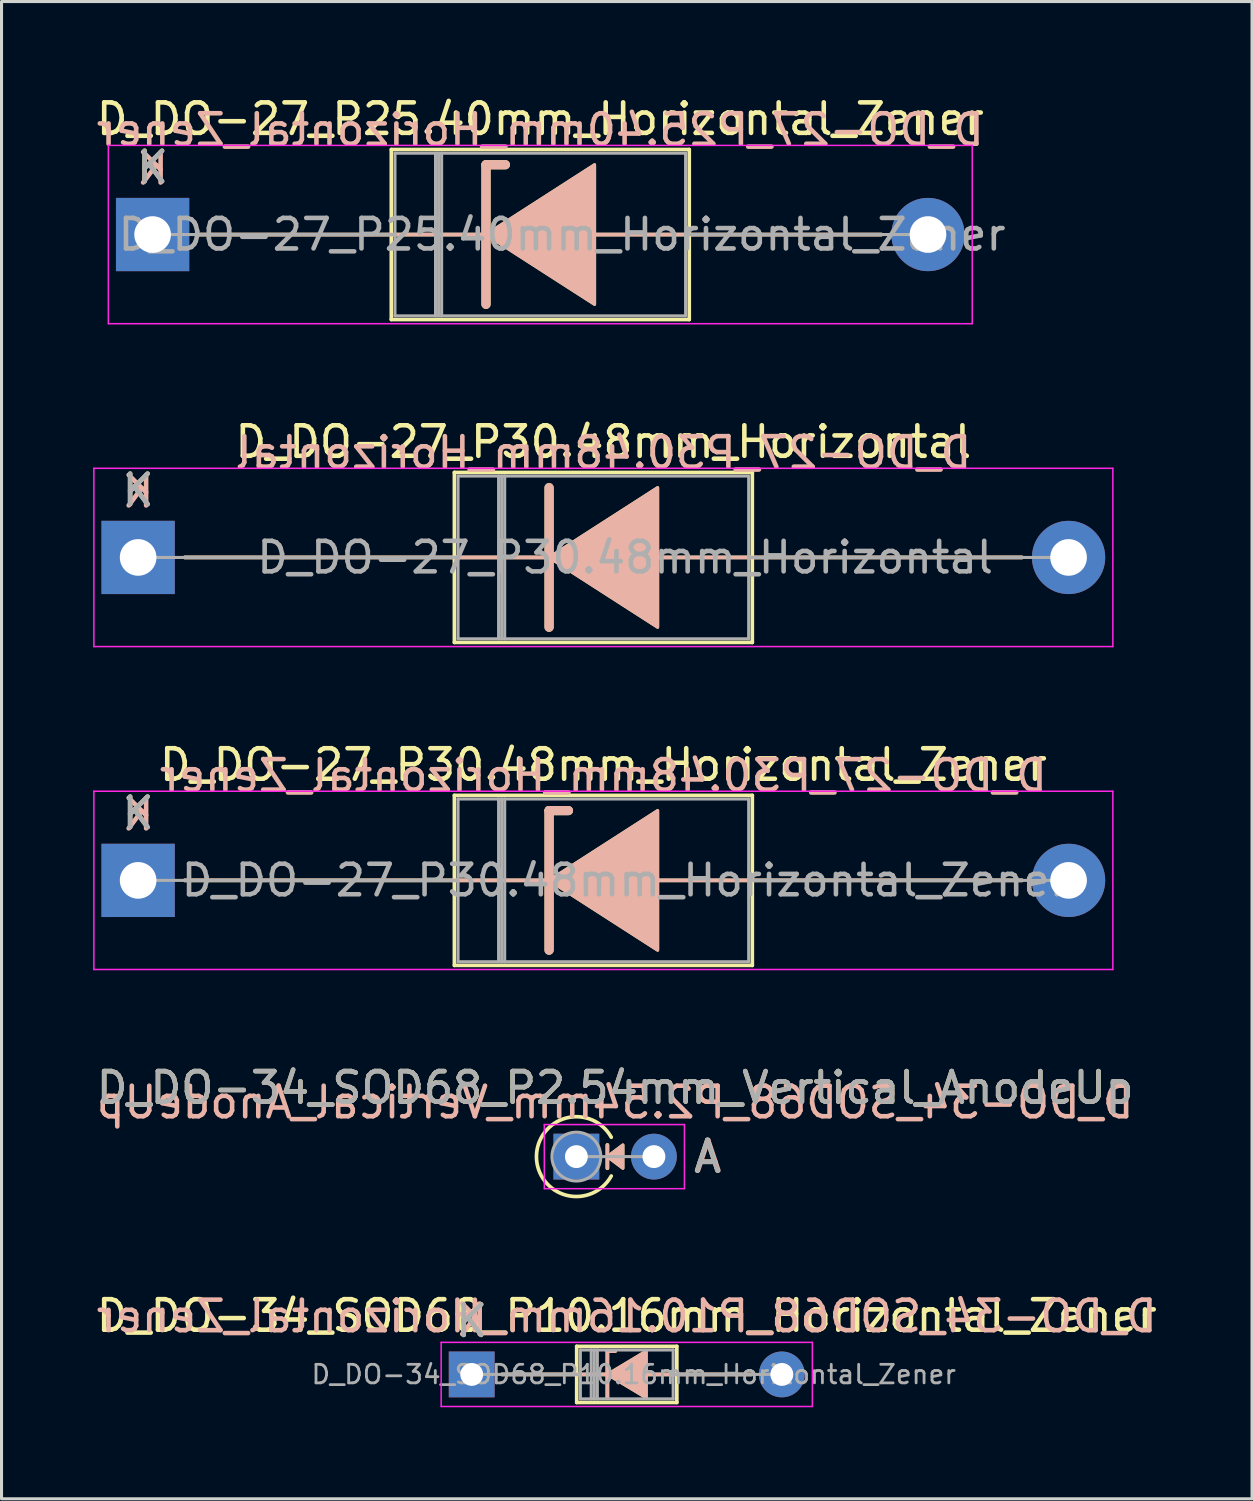
<source format=kicad_pcb>
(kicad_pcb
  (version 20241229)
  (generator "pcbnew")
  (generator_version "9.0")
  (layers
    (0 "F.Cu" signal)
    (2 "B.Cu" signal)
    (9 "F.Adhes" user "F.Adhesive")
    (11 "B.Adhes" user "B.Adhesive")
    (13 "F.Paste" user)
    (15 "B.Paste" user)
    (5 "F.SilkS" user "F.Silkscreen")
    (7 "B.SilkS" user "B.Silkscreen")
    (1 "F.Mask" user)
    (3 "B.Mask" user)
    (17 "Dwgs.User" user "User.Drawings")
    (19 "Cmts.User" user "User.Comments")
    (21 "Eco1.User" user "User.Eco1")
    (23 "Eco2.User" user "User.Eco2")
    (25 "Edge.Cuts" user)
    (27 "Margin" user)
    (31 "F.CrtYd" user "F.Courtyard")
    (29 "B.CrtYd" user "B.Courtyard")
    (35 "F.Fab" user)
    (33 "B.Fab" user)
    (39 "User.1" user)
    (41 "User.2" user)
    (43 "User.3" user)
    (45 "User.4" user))
  (footprint "D_DO-34_SOD68_P2.54mm_Vertical_AnodeUp"
    (layer "F.Cu")
    (at 15.831 34.839)
    (property "Reference" "D_DO-34_SOD68_P2.54mm_Vertical_AnodeUp" (at 1.27 -2.256 0) (layer "F.SilkS") (effects (font (size 1 1) (thickness 0.15))))
    (fp_line (start 1.016 -0.381) (end 1.016 0.381) (stroke (width 0.12) (type solid)) (layer "F.SilkS"))
    (fp_arc (start 1.142999 0.635) (mid -1.307544 0) (end 1.142999 -0.634999) (stroke (width 0.12) (type solid)) (layer "F.SilkS"))
    (fp_poly (pts (xy 1.524 0.381) (xy 1.016 0) (xy 1.524 -0.381)) (stroke (width 0.1) (type solid)) (fill yes) (layer "F.SilkS"))
    (fp_line (start 1.016 0.381) (end 1.016 -0.381) (stroke (width 0.12) (type solid)) (layer "B.SilkS"))
    (fp_poly (pts (xy 1.524 -0.381) (xy 1.016 0) (xy 1.524 0.381)) (stroke (width 0.1) (type solid)) (fill yes) (layer "B.SilkS"))
    (fp_line (start -1.05 -1.05) (end -1.05 1.05) (stroke (width 0.05) (type solid)) (layer "F.CrtYd"))
    (fp_line (start -1.05 1.05) (end 3.54 1.05) (stroke (width 0.05) (type solid)) (layer "F.CrtYd"))
    (fp_line (start 3.54 -1.05) (end -1.05 -1.05) (stroke (width 0.05) (type solid)) (layer "F.CrtYd"))
    (fp_line (start 3.54 1.05) (end 3.54 -1.05) (stroke (width 0.05) (type solid)) (layer "F.CrtYd"))
    (fp_line (start 0 0) (end 2.54 0) (stroke (width 0.1) (type solid)) (layer "F.Fab"))
    (fp_circle (center 0 0) (end 0.8 0) (stroke (width 0.1) (type solid)) (fill no) (layer "F.Fab"))
    (fp_text user "A" (at 4.29 0 0) (layer "F.SilkS") (effects (font (size 1 1) (thickness 0.15))))
    (fp_text user "A" (at 4.318 0 0) (layer "B.SilkS") (effects (font (size 1 1) (thickness 0.15)) (justify mirror)))
    (fp_text user "${REFERENCE}" (at 1.27 -1.778 0) (layer "B.SilkS") (effects (font (size 1 1) (thickness 0.15)) (justify mirror)))
    (fp_text user "${REFERENCE}" (at 1.27 -2.256 0) (layer "F.Fab") (effects (font (size 1 1) (thickness 0.15))))
    (fp_text user "A" (at 4.29 0 0) (layer "F.Fab") (effects (font (size 1 1) (thickness 0.15))))
    (pad "1" thru_hole rect (at 0 0) (size 1.5 1.5) (drill 0.75) (layers "*.Cu" "*.Mask"))
    (pad "2" thru_hole oval (at 2.54 0) (size 1.5 1.5) (drill 0.75) (layers "*.Cu" "*.Mask")))
  (footprint "D_DO-27_P30.48mm_Horizontal_Zener"
    (layer "F.Cu")
    (at 1.475 25.79)
    (property "Reference" "D_DO-27_P30.48mm_Horizontal_Zener" (at 15.24 -3.785 0) (layer "F.SilkS") (effects (font (size 1 1) (thickness 0.15))))
    (fp_line (start 1.524 0) (end 10.36 0) (stroke (width 0.12) (type solid)) (layer "F.SilkS"))
    (fp_line (start 10.36 -2.785) (end 10.36 2.785) (stroke (width 0.12) (type solid)) (layer "F.SilkS"))
    (fp_line (start 10.36 2.785) (end 20.12 2.785) (stroke (width 0.12) (type solid)) (layer "F.SilkS"))
    (fp_line (start 13.462 -2.286) (end 13.462 2.286) (stroke (width 0.3) (type solid)) (layer "F.SilkS"))
    (fp_line (start 13.462 -2.286) (end 14.097 -2.286) (stroke (width 0.3) (type solid)) (layer "F.SilkS"))
    (fp_line (start 13.462 0) (end 10.36 0) (stroke (width 0.12) (type solid)) (layer "F.SilkS"))
    (fp_line (start 16.891 0) (end 20.12 0) (stroke (width 0.12) (type solid)) (layer "F.SilkS"))
    (fp_line (start 20.12 -2.785) (end 10.36 -2.785) (stroke (width 0.12) (type solid)) (layer "F.SilkS"))
    (fp_line (start 20.12 2.785) (end 20.12 -2.785) (stroke (width 0.12) (type solid)) (layer "F.SilkS"))
    (fp_line (start 28.956 0) (end 20.12 0) (stroke (width 0.12) (type solid)) (layer "F.SilkS"))
    (fp_poly (pts (xy 17.018 2.286) (xy 13.462 0) (xy 17.018 -2.286)) (stroke (width 0.1) (type solid)) (fill yes) (layer "F.SilkS"))
    (fp_line (start 1.524 0) (end 10.36 0) (stroke (width 0.12) (type solid)) (layer "B.SilkS"))
    (fp_line (start 13.462 -2.286) (end 14.097 -2.286) (stroke (width 0.3) (type solid)) (layer "B.SilkS"))
    (fp_line (start 13.462 0) (end 10.36 0) (stroke (width 0.12) (type solid)) (layer "B.SilkS"))
    (fp_line (start 13.462 2.286) (end 13.462 -2.286) (stroke (width 0.3) (type solid)) (layer "B.SilkS"))
    (fp_line (start 16.891 0) (end 20.12 0) (stroke (width 0.12) (type solid)) (layer "B.SilkS"))
    (fp_line (start 28.956 0) (end 20.12 0) (stroke (width 0.12) (type solid)) (layer "B.SilkS"))
    (fp_poly (pts (xy 17.018 -2.286) (xy 13.462 0) (xy 17.018 2.286)) (stroke (width 0.1) (type solid)) (fill yes) (layer "B.SilkS"))
    (fp_line (start -1.45 -2.92) (end -1.45 2.92) (stroke (width 0.05) (type solid)) (layer "F.CrtYd"))
    (fp_line (start -1.45 2.92) (end 31.93 2.92) (stroke (width 0.05) (type solid)) (layer "F.CrtYd"))
    (fp_line (start 31.93 -2.92) (end -1.45 -2.92) (stroke (width 0.05) (type solid)) (layer "F.CrtYd"))
    (fp_line (start 31.93 2.92) (end 31.93 -2.92) (stroke (width 0.05) (type solid)) (layer "F.CrtYd"))
    (fp_line (start 0 0) (end 10.48 0) (stroke (width 0.1) (type solid)) (layer "F.Fab"))
    (fp_line (start 10.48 -2.665) (end 10.48 2.665) (stroke (width 0.1) (type solid)) (layer "F.Fab"))
    (fp_line (start 10.48 2.665) (end 20 2.665) (stroke (width 0.1) (type solid)) (layer "F.Fab"))
    (fp_line (start 11.808 -2.665) (end 11.808 2.665) (stroke (width 0.1) (type solid)) (layer "F.Fab"))
    (fp_line (start 11.908 -2.665) (end 11.908 2.665) (stroke (width 0.1) (type solid)) (layer "F.Fab"))
    (fp_line (start 12.008 -2.665) (end 12.008 2.665) (stroke (width 0.1) (type solid)) (layer "F.Fab"))
    (fp_line (start 20 -2.665) (end 10.48 -2.665) (stroke (width 0.1) (type solid)) (layer "F.Fab"))
    (fp_line (start 20 2.665) (end 20 -2.665) (stroke (width 0.1) (type solid)) (layer "F.Fab"))
    (fp_line (start 30.48 0) (end 20 0) (stroke (width 0.1) (type solid)) (layer "F.Fab"))
    (fp_text user "K" (at 0 -2.2 0) (layer "F.SilkS") (effects (font (size 1 1) (thickness 0.15))))
    (fp_text user "${REFERENCE}" (at 15.24 -3.429 0) (layer "B.SilkS") (effects (font (size 1 1) (thickness 0.15)) (justify mirror)))
    (fp_text user "K" (at 0 -2.159 0) (layer "B.SilkS") (effects (font (size 1 1) (thickness 0.15)) (justify mirror)))
    (fp_text user "K" (at 0 -2.2 0) (layer "F.Fab") (effects (font (size 1 1) (thickness 0.15))))
    (fp_text user "${REFERENCE}" (at 15.954 0 0) (layer "F.Fab") (effects (font (size 1 1) (thickness 0.15))))
    (pad "1" thru_hole rect (at 0 0) (size 2.4 2.4) (drill 1.2) (layers "*.Cu" "*.Mask"))
    (pad "2" thru_hole oval (at 30.48 0) (size 2.4 2.4) (drill 1.2) (layers "*.Cu" "*.Mask")))
  (footprint "D_DO-34_SOD68_P10.16mm_Horizontal_Zener"
    (layer "F.Cu")
    (at 12.402 41.974)
    (property "Reference" "D_DO-34_SOD68_P10.16mm_Horizontal_Zener" (at 5.08 -1.92 0) (layer "F.SilkS") (effects (font (size 1 1) (thickness 0.15))))
    (fp_line (start 0.99 0) (end 3.44 0) (stroke (width 0.12) (type solid)) (layer "F.SilkS"))
    (fp_line (start 3.44 -0.92) (end 3.44 0.92) (stroke (width 0.12) (type solid)) (layer "F.SilkS"))
    (fp_line (start 3.44 0.92) (end 6.72 0.92) (stroke (width 0.12) (type solid)) (layer "F.SilkS"))
    (fp_line (start 4.445 -0.762) (end 4.445 0.762) (stroke (width 0.12) (type solid)) (layer "F.SilkS"))
    (fp_line (start 4.445 -0.762) (end 4.699 -0.762) (stroke (width 0.12) (type solid)) (layer "F.SilkS"))
    (fp_line (start 4.5 0) (end 3.44 0) (stroke (width 0.12) (type solid)) (layer "F.SilkS"))
    (fp_line (start 5.715 0) (end 6.72 0) (stroke (width 0.12) (type solid)) (layer "F.SilkS"))
    (fp_line (start 6.72 -0.92) (end 3.44 -0.92) (stroke (width 0.12) (type solid)) (layer "F.SilkS"))
    (fp_line (start 6.72 0.92) (end 6.72 -0.92) (stroke (width 0.12) (type solid)) (layer "F.SilkS"))
    (fp_line (start 9.17 0) (end 6.72 0) (stroke (width 0.12) (type solid)) (layer "F.SilkS"))
    (fp_poly (pts (xy 5.715 0.762) (xy 4.445 0) (xy 5.715 -0.762)) (stroke (width 0.1) (type solid)) (fill yes) (layer "F.SilkS"))
    (fp_line (start 0.99 0) (end 3.44 0) (stroke (width 0.12) (type solid)) (layer "B.SilkS"))
    (fp_line (start 4.445 -0.762) (end 4.699 -0.762) (stroke (width 0.12) (type solid)) (layer "B.SilkS"))
    (fp_line (start 4.445 0.762) (end 4.445 -0.762) (stroke (width 0.12) (type solid)) (layer "B.SilkS"))
    (fp_line (start 4.5 0) (end 3.44 0) (stroke (width 0.12) (type solid)) (layer "B.SilkS"))
    (fp_line (start 5.715 0) (end 6.72 0) (stroke (width 0.12) (type solid)) (layer "B.SilkS"))
    (fp_line (start 9.17 0) (end 6.72 0) (stroke (width 0.12) (type solid)) (layer "B.SilkS"))
    (fp_poly (pts (xy 5.715 -0.762) (xy 4.445 0) (xy 5.715 0.762)) (stroke (width 0.1) (type solid)) (fill yes) (layer "B.SilkS"))
    (fp_line (start -1 -1.05) (end -1 1.05) (stroke (width 0.05) (type solid)) (layer "F.CrtYd"))
    (fp_line (start -1 1.05) (end 11.16 1.05) (stroke (width 0.05) (type solid)) (layer "F.CrtYd"))
    (fp_line (start 11.16 -1.05) (end -1 -1.05) (stroke (width 0.05) (type solid)) (layer "F.CrtYd"))
    (fp_line (start 11.16 1.05) (end 11.16 -1.05) (stroke (width 0.05) (type solid)) (layer "F.CrtYd"))
    (fp_line (start 0 0) (end 3.56 0) (stroke (width 0.1) (type solid)) (layer "F.Fab"))
    (fp_line (start 3.56 -0.8) (end 3.56 0.8) (stroke (width 0.1) (type solid)) (layer "F.Fab"))
    (fp_line (start 3.56 0.8) (end 6.6 0.8) (stroke (width 0.1) (type solid)) (layer "F.Fab"))
    (fp_line (start 3.916 -0.8) (end 3.916 0.8) (stroke (width 0.1) (type solid)) (layer "F.Fab"))
    (fp_line (start 4.016 -0.8) (end 4.016 0.8) (stroke (width 0.1) (type solid)) (layer "F.Fab"))
    (fp_line (start 4.116 -0.8) (end 4.116 0.8) (stroke (width 0.1) (type solid)) (layer "F.Fab"))
    (fp_line (start 6.6 -0.8) (end 3.56 -0.8) (stroke (width 0.1) (type solid)) (layer "F.Fab"))
    (fp_line (start 6.6 0.8) (end 6.6 -0.8) (stroke (width 0.1) (type solid)) (layer "F.Fab"))
    (fp_line (start 10.16 0) (end 6.6 0) (stroke (width 0.1) (type solid)) (layer "F.Fab"))
    (fp_text user "K" (at 0 -1.75 0) (layer "F.SilkS") (effects (font (size 1 1) (thickness 0.15))))
    (fp_text user "K" (at 0 -1.778 0) (layer "B.SilkS") (effects (font (size 1 1) (thickness 0.15)) (justify mirror)))
    (fp_text user "${REFERENCE}" (at 5.08 -1.905 0) (layer "B.SilkS") (effects (font (size 1 1) (thickness 0.15)) (justify mirror)))
    (fp_text user "K" (at 0 -1.75 0) (layer "F.Fab") (effects (font (size 1 1) (thickness 0.15))))
    (fp_text user "${REFERENCE}" (at 5.308 0 0) (layer "F.Fab") (effects (font (size 0.608 0.608) (thickness 0.091))))
    (pad "1" thru_hole rect (at 0 0) (size 1.5 1.5) (drill 0.75) (layers "*.Cu" "*.Mask"))
    (pad "2" thru_hole oval (at 10.16 0) (size 1.5 1.5) (drill 0.75) (layers "*.Cu" "*.Mask")))
  (footprint "D_DO-27_P25.40mm_Horizontal_Zener"
    (layer "F.Cu")
    (at 1.949 4.633)
    (property "Reference" "D_DO-27_P25.40mm_Horizontal_Zener" (at 12.7 -3.785 0) (layer "F.SilkS") (effects (font (size 1 1) (thickness 0.15))))
    (fp_line (start 1.524 0) (end 7.82 0) (stroke (width 0.12) (type solid)) (layer "F.SilkS"))
    (fp_line (start 7.82 -2.785) (end 7.82 2.785) (stroke (width 0.12) (type solid)) (layer "F.SilkS"))
    (fp_line (start 7.82 2.785) (end 17.58 2.785) (stroke (width 0.12) (type solid)) (layer "F.SilkS"))
    (fp_line (start 10.922 -2.286) (end 10.922 2.286) (stroke (width 0.3) (type solid)) (layer "F.SilkS"))
    (fp_line (start 10.922 -2.286) (end 11.557 -2.286) (stroke (width 0.3) (type solid)) (layer "F.SilkS"))
    (fp_line (start 10.922 0) (end 7.82 0) (stroke (width 0.12) (type solid)) (layer "F.SilkS"))
    (fp_line (start 14.351 0) (end 17.58 0) (stroke (width 0.12) (type solid)) (layer "F.SilkS"))
    (fp_line (start 17.58 -2.785) (end 7.82 -2.785) (stroke (width 0.12) (type solid)) (layer "F.SilkS"))
    (fp_line (start 17.58 2.785) (end 17.58 -2.785) (stroke (width 0.12) (type solid)) (layer "F.SilkS"))
    (fp_line (start 23.876 0) (end 17.58 0) (stroke (width 0.12) (type solid)) (layer "F.SilkS"))
    (fp_poly (pts (xy 14.478 2.286) (xy 10.922 0) (xy 14.478 -2.286)) (stroke (width 0.1) (type solid)) (fill yes) (layer "F.SilkS"))
    (fp_line (start 1.524 0) (end 7.82 0) (stroke (width 0.12) (type solid)) (layer "B.SilkS"))
    (fp_line (start 10.922 -2.286) (end 11.557 -2.286) (stroke (width 0.3) (type solid)) (layer "B.SilkS"))
    (fp_line (start 10.922 0) (end 7.82 0) (stroke (width 0.12) (type solid)) (layer "B.SilkS"))
    (fp_line (start 10.922 2.286) (end 10.922 -2.286) (stroke (width 0.3) (type solid)) (layer "B.SilkS"))
    (fp_line (start 14.351 0) (end 17.58 0) (stroke (width 0.12) (type solid)) (layer "B.SilkS"))
    (fp_line (start 23.876 0) (end 17.58 0) (stroke (width 0.12) (type solid)) (layer "B.SilkS"))
    (fp_poly (pts (xy 14.478 -2.286) (xy 10.922 0) (xy 14.478 2.286)) (stroke (width 0.1) (type solid)) (fill yes) (layer "B.SilkS"))
    (fp_line (start -1.45 -2.92) (end -1.45 2.92) (stroke (width 0.05) (type solid)) (layer "F.CrtYd"))
    (fp_line (start -1.45 2.92) (end 26.85 2.92) (stroke (width 0.05) (type solid)) (layer "F.CrtYd"))
    (fp_line (start 26.85 -2.92) (end -1.45 -2.92) (stroke (width 0.05) (type solid)) (layer "F.CrtYd"))
    (fp_line (start 26.85 2.92) (end 26.85 -2.92) (stroke (width 0.05) (type solid)) (layer "F.CrtYd"))
    (fp_line (start 0 0) (end 7.94 0) (stroke (width 0.1) (type solid)) (layer "F.Fab"))
    (fp_line (start 7.94 -2.665) (end 7.94 2.665) (stroke (width 0.1) (type solid)) (layer "F.Fab"))
    (fp_line (start 7.94 2.665) (end 17.46 2.665) (stroke (width 0.1) (type solid)) (layer "F.Fab"))
    (fp_line (start 9.268 -2.665) (end 9.268 2.665) (stroke (width 0.1) (type solid)) (layer "F.Fab"))
    (fp_line (start 9.368 -2.665) (end 9.368 2.665) (stroke (width 0.1) (type solid)) (layer "F.Fab"))
    (fp_line (start 9.468 -2.665) (end 9.468 2.665) (stroke (width 0.1) (type solid)) (layer "F.Fab"))
    (fp_line (start 17.46 -2.665) (end 7.94 -2.665) (stroke (width 0.1) (type solid)) (layer "F.Fab"))
    (fp_line (start 17.46 2.665) (end 17.46 -2.665) (stroke (width 0.1) (type solid)) (layer "F.Fab"))
    (fp_line (start 25.4 0) (end 17.46 0) (stroke (width 0.1) (type solid)) (layer "F.Fab"))
    (fp_text user "K" (at 0 -2.2 0) (layer "F.SilkS") (effects (font (size 1 1) (thickness 0.15))))
    (fp_text user "${REFERENCE}" (at 12.7 -3.429 0) (layer "B.SilkS") (effects (font (size 1 1) (thickness 0.15)) (justify mirror)))
    (fp_text user "K" (at 0 -2.159 0) (layer "B.SilkS") (effects (font (size 1 1) (thickness 0.15)) (justify mirror)))
    (fp_text user "K" (at 0 -2.2 0) (layer "F.Fab") (effects (font (size 1 1) (thickness 0.15))))
    (fp_text user "${REFERENCE}" (at 13.414 0 0) (layer "F.Fab") (effects (font (size 1 1) (thickness 0.15))))
    (pad "1" thru_hole rect (at 0 0) (size 2.4 2.4) (drill 1.2) (layers "*.Cu" "*.Mask"))
    (pad "2" thru_hole oval (at 25.4 0) (size 2.4 2.4) (drill 1.2) (layers "*.Cu" "*.Mask")))
  (footprint "D_DO-27_P30.48mm_Horizontal"
    (layer "F.Cu")
    (at 1.475 15.211)
    (property "Reference" "D_DO-27_P30.48mm_Horizontal" (at 15.24 -3.785 0) (layer "F.SilkS") (effects (font (size 1 1) (thickness 0.15))))
    (fp_line (start 1.524 0) (end 10.36 0) (stroke (width 0.12) (type solid)) (layer "F.SilkS"))
    (fp_line (start 10.36 -2.785) (end 10.36 2.785) (stroke (width 0.12) (type solid)) (layer "F.SilkS"))
    (fp_line (start 10.36 2.785) (end 20.12 2.785) (stroke (width 0.12) (type solid)) (layer "F.SilkS"))
    (fp_line (start 13.462 -2.286) (end 13.462 2.286) (stroke (width 0.3) (type solid)) (layer "F.SilkS"))
    (fp_line (start 13.462 0) (end 10.36 0) (stroke (width 0.12) (type solid)) (layer "F.SilkS"))
    (fp_line (start 16.891 0) (end 20.12 0) (stroke (width 0.12) (type solid)) (layer "F.SilkS"))
    (fp_line (start 20.12 -2.785) (end 10.36 -2.785) (stroke (width 0.12) (type solid)) (layer "F.SilkS"))
    (fp_line (start 20.12 2.785) (end 20.12 -2.785) (stroke (width 0.12) (type solid)) (layer "F.SilkS"))
    (fp_line (start 28.956 0) (end 20.12 0) (stroke (width 0.12) (type solid)) (layer "F.SilkS"))
    (fp_poly (pts (xy 17.018 2.286) (xy 13.462 0) (xy 17.018 -2.286)) (stroke (width 0.1) (type solid)) (fill yes) (layer "F.SilkS"))
    (fp_line (start 1.524 0) (end 10.36 0) (stroke (width 0.12) (type solid)) (layer "B.SilkS"))
    (fp_line (start 13.462 0) (end 10.36 0) (stroke (width 0.12) (type solid)) (layer "B.SilkS"))
    (fp_line (start 13.462 2.286) (end 13.462 -2.286) (stroke (width 0.3) (type solid)) (layer "B.SilkS"))
    (fp_line (start 16.891 0) (end 20.12 0) (stroke (width 0.12) (type solid)) (layer "B.SilkS"))
    (fp_line (start 28.956 0) (end 20.12 0) (stroke (width 0.12) (type solid)) (layer "B.SilkS"))
    (fp_poly (pts (xy 17.018 -2.286) (xy 13.462 0) (xy 17.018 2.286)) (stroke (width 0.1) (type solid)) (fill yes) (layer "B.SilkS"))
    (fp_line (start -1.45 -2.92) (end -1.45 2.92) (stroke (width 0.05) (type solid)) (layer "F.CrtYd"))
    (fp_line (start -1.45 2.92) (end 31.93 2.92) (stroke (width 0.05) (type solid)) (layer "F.CrtYd"))
    (fp_line (start 31.93 -2.92) (end -1.45 -2.92) (stroke (width 0.05) (type solid)) (layer "F.CrtYd"))
    (fp_line (start 31.93 2.92) (end 31.93 -2.92) (stroke (width 0.05) (type solid)) (layer "F.CrtYd"))
    (fp_line (start 0 0) (end 10.48 0) (stroke (width 0.1) (type solid)) (layer "F.Fab"))
    (fp_line (start 10.48 -2.665) (end 10.48 2.665) (stroke (width 0.1) (type solid)) (layer "F.Fab"))
    (fp_line (start 10.48 2.665) (end 20 2.665) (stroke (width 0.1) (type solid)) (layer "F.Fab"))
    (fp_line (start 11.808 -2.665) (end 11.808 2.665) (stroke (width 0.1) (type solid)) (layer "F.Fab"))
    (fp_line (start 11.908 -2.665) (end 11.908 2.665) (stroke (width 0.1) (type solid)) (layer "F.Fab"))
    (fp_line (start 12.008 -2.665) (end 12.008 2.665) (stroke (width 0.1) (type solid)) (layer "F.Fab"))
    (fp_line (start 20 -2.665) (end 10.48 -2.665) (stroke (width 0.1) (type solid)) (layer "F.Fab"))
    (fp_line (start 20 2.665) (end 20 -2.665) (stroke (width 0.1) (type solid)) (layer "F.Fab"))
    (fp_line (start 30.48 0) (end 20 0) (stroke (width 0.1) (type solid)) (layer "F.Fab"))
    (fp_text user "K" (at 0 -2.2 0) (layer "F.SilkS") (effects (font (size 1 1) (thickness 0.15))))
    (fp_text user "K" (at 0 -2.159 0) (layer "B.SilkS") (effects (font (size 1 1) (thickness 0.15)) (justify mirror)))
    (fp_text user "${REFERENCE}" (at 15.24 -3.429 0) (layer "B.SilkS") (effects (font (size 1 1) (thickness 0.15)) (justify mirror)))
    (fp_text user "${REFERENCE}" (at 15.954 0 0) (layer "F.Fab") (effects (font (size 1 1) (thickness 0.15))))
    (fp_text user "K" (at 0 -2.2 0) (layer "F.Fab") (effects (font (size 1 1) (thickness 0.15))))
    (pad "1" thru_hole rect (at 0 0) (size 2.4 2.4) (drill 1.2) (layers "*.Cu" "*.Mask"))
    (pad "2" thru_hole oval (at 30.48 0) (size 2.4 2.4) (drill 1.2) (layers "*.Cu" "*.Mask")))
  (gr_rect
    (start -3 -3)
    (end 37.964 46.049)
    (stroke (width 0.1) (type default))
    (fill no)
    (layer "Edge.Cuts")))
</source>
